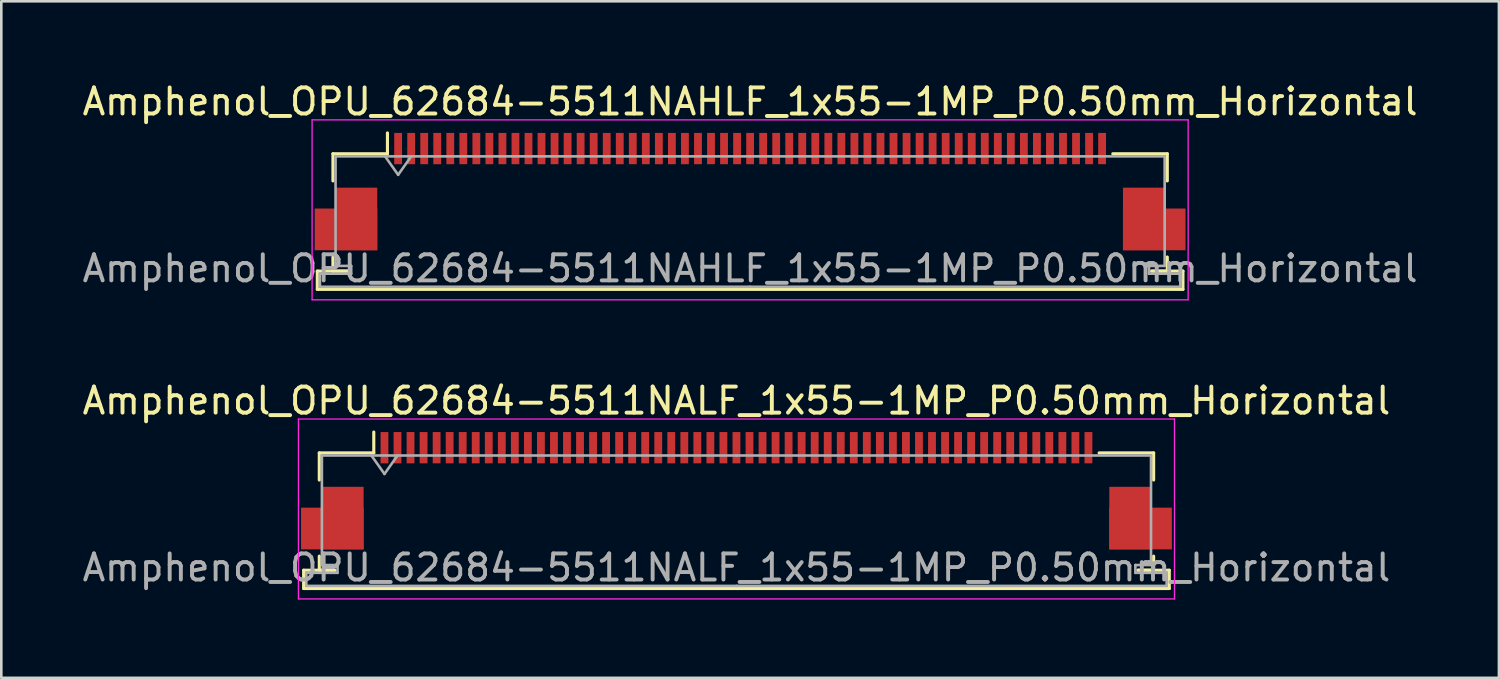
<source format=kicad_pcb>
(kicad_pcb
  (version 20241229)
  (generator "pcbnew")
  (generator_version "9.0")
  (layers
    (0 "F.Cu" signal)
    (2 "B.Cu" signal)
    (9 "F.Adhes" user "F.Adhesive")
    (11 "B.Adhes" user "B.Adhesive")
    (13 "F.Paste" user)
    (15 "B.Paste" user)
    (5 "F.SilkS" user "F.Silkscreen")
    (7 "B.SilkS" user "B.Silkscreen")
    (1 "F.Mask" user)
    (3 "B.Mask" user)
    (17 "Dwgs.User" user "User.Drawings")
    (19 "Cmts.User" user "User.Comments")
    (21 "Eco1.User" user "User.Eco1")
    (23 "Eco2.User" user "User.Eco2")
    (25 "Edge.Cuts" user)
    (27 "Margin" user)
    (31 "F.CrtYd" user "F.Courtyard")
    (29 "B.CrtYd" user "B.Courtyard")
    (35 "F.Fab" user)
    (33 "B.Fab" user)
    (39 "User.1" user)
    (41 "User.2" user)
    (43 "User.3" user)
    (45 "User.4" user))
  (footprint "Amphenol_OPU_62684-5511NAHLF_1x55-1MP_P0.50mm_Horizontal"
    (layer "F.Cu")
    (at 25.72 4.298)
    (property "Reference" "Amphenol_OPU_62684-5511NAHLF_1x55-1MP_P0.50mm_Horizontal" (at 0 -3.45 0) (layer "F.SilkS") (effects (font (size 1 1) (thickness 0.15))))
    (attr smd)
    (fp_line (start -16.6 3.05) (end -16.6 3.75) (stroke (width 0.12) (type solid)) (layer "F.SilkS"))
    (fp_line (start -16.6 3.75) (end 16.6 3.75) (stroke (width 0.12) (type solid)) (layer "F.SilkS"))
    (fp_line (start -16 -1.45) (end -16 -0.41) (stroke (width 0.12) (type solid)) (layer "F.SilkS"))
    (fp_line (start -16 2.51) (end -16 3.05) (stroke (width 0.12) (type solid)) (layer "F.SilkS"))
    (fp_line (start -16 3.05) (end -15.4 3.05) (stroke (width 0.12) (type solid)) (layer "F.SilkS"))
    (fp_line (start -15.4 3.05) (end -16.6 3.05) (stroke (width 0.12) (type solid)) (layer "F.SilkS"))
    (fp_line (start -13.91 -1.45) (end -16 -1.45) (stroke (width 0.12) (type solid)) (layer "F.SilkS"))
    (fp_line (start -13.91 -1.45) (end -13.91 -2.25) (stroke (width 0.12) (type solid)) (layer "F.SilkS"))
    (fp_line (start 13.91 -1.45) (end 16 -1.45) (stroke (width 0.12) (type solid)) (layer "F.SilkS"))
    (fp_line (start 15.4 3.05) (end 16 3.05) (stroke (width 0.12) (type solid)) (layer "F.SilkS"))
    (fp_line (start 16 -1.45) (end 16 -0.41) (stroke (width 0.12) (type solid)) (layer "F.SilkS"))
    (fp_line (start 16 3.05) (end 16 2.51) (stroke (width 0.12) (type solid)) (layer "F.SilkS"))
    (fp_line (start 16.6 3.05) (end 15.4 3.05) (stroke (width 0.12) (type solid)) (layer "F.SilkS"))
    (fp_line (start 16.6 3.75) (end 16.6 3.05) (stroke (width 0.12) (type solid)) (layer "F.SilkS"))
    (fp_line (start -16.8 -2.75) (end -16.8 4.15) (stroke (width 0.05) (type solid)) (layer "F.CrtYd"))
    (fp_line (start -16.8 4.15) (end 16.8 4.15) (stroke (width 0.05) (type solid)) (layer "F.CrtYd"))
    (fp_line (start 16.8 -2.75) (end -16.8 -2.75) (stroke (width 0.05) (type solid)) (layer "F.CrtYd"))
    (fp_line (start 16.8 4.15) (end 16.8 -2.75) (stroke (width 0.05) (type solid)) (layer "F.CrtYd"))
    (fp_line (start -16.5 3.15) (end -16.5 3.65) (stroke (width 0.1) (type solid)) (layer "F.Fab"))
    (fp_line (start -16.5 3.65) (end 0 3.65) (stroke (width 0.1) (type solid)) (layer "F.Fab"))
    (fp_line (start -15.9 -1.35) (end -15.9 2.85) (stroke (width 0.1) (type solid)) (layer "F.Fab"))
    (fp_line (start -15.9 2.85) (end -15.3 2.85) (stroke (width 0.1) (type solid)) (layer "F.Fab"))
    (fp_line (start -15.3 2.85) (end -15.3 3.15) (stroke (width 0.1) (type solid)) (layer "F.Fab"))
    (fp_line (start -15.3 3.15) (end -16.5 3.15) (stroke (width 0.1) (type solid)) (layer "F.Fab"))
    (fp_line (start -14 -1.35) (end -13.5 -0.643) (stroke (width 0.1) (type solid)) (layer "F.Fab"))
    (fp_line (start -13.5 -0.643) (end -13 -1.35) (stroke (width 0.1) (type solid)) (layer "F.Fab"))
    (fp_line (start 0 -1.35) (end -15.9 -1.35) (stroke (width 0.1) (type solid)) (layer "F.Fab"))
    (fp_line (start 0 -1.35) (end 15.9 -1.35) (stroke (width 0.1) (type solid)) (layer "F.Fab"))
    (fp_line (start 15.3 2.85) (end 15.3 3.15) (stroke (width 0.1) (type solid)) (layer "F.Fab"))
    (fp_line (start 15.3 3.15) (end 16.5 3.15) (stroke (width 0.1) (type solid)) (layer "F.Fab"))
    (fp_line (start 15.9 -1.35) (end 15.9 2.85) (stroke (width 0.1) (type solid)) (layer "F.Fab"))
    (fp_line (start 15.9 2.85) (end 15.3 2.85) (stroke (width 0.1) (type solid)) (layer "F.Fab"))
    (fp_line (start 16.5 3.15) (end 16.5 3.65) (stroke (width 0.1) (type solid)) (layer "F.Fab"))
    (fp_line (start 16.5 3.65) (end 0 3.65) (stroke (width 0.1) (type solid)) (layer "F.Fab"))
    (fp_text user "${REFERENCE}" (at 0 2.95 0) (layer "F.Fab") (effects (font (size 1 1) (thickness 0.15))))
    (pad "1" smd rect (at -13.5 -1.65) (size 0.3 1.2) (layers "F.Cu" "F.Mask" "F.Paste"))
    (pad "2" smd rect (at -13 -1.65) (size 0.3 1.2) (layers "F.Cu" "F.Mask" "F.Paste"))
    (pad "3" smd rect (at -12.5 -1.65) (size 0.3 1.2) (layers "F.Cu" "F.Mask" "F.Paste"))
    (pad "4" smd rect (at -12 -1.65) (size 0.3 1.2) (layers "F.Cu" "F.Mask" "F.Paste"))
    (pad "5" smd rect (at -11.5 -1.65) (size 0.3 1.2) (layers "F.Cu" "F.Mask" "F.Paste"))
    (pad "6" smd rect (at -11 -1.65) (size 0.3 1.2) (layers "F.Cu" "F.Mask" "F.Paste"))
    (pad "7" smd rect (at -10.5 -1.65) (size 0.3 1.2) (layers "F.Cu" "F.Mask" "F.Paste"))
    (pad "8" smd rect (at -10 -1.65) (size 0.3 1.2) (layers "F.Cu" "F.Mask" "F.Paste"))
    (pad "9" smd rect (at -9.5 -1.65) (size 0.3 1.2) (layers "F.Cu" "F.Mask" "F.Paste"))
    (pad "10" smd rect (at -9 -1.65) (size 0.3 1.2) (layers "F.Cu" "F.Mask" "F.Paste"))
    (pad "11" smd rect (at -8.5 -1.65) (size 0.3 1.2) (layers "F.Cu" "F.Mask" "F.Paste"))
    (pad "12" smd rect (at -8 -1.65) (size 0.3 1.2) (layers "F.Cu" "F.Mask" "F.Paste"))
    (pad "13" smd rect (at -7.5 -1.65) (size 0.3 1.2) (layers "F.Cu" "F.Mask" "F.Paste"))
    (pad "14" smd rect (at -7 -1.65) (size 0.3 1.2) (layers "F.Cu" "F.Mask" "F.Paste"))
    (pad "15" smd rect (at -6.5 -1.65) (size 0.3 1.2) (layers "F.Cu" "F.Mask" "F.Paste"))
    (pad "16" smd rect (at -6 -1.65) (size 0.3 1.2) (layers "F.Cu" "F.Mask" "F.Paste"))
    (pad "17" smd rect (at -5.5 -1.65) (size 0.3 1.2) (layers "F.Cu" "F.Mask" "F.Paste"))
    (pad "18" smd rect (at -5 -1.65) (size 0.3 1.2) (layers "F.Cu" "F.Mask" "F.Paste"))
    (pad "19" smd rect (at -4.5 -1.65) (size 0.3 1.2) (layers "F.Cu" "F.Mask" "F.Paste"))
    (pad "20" smd rect (at -4 -1.65) (size 0.3 1.2) (layers "F.Cu" "F.Mask" "F.Paste"))
    (pad "21" smd rect (at -3.5 -1.65) (size 0.3 1.2) (layers "F.Cu" "F.Mask" "F.Paste"))
    (pad "22" smd rect (at -3 -1.65) (size 0.3 1.2) (layers "F.Cu" "F.Mask" "F.Paste"))
    (pad "23" smd rect (at -2.5 -1.65) (size 0.3 1.2) (layers "F.Cu" "F.Mask" "F.Paste"))
    (pad "24" smd rect (at -2 -1.65) (size 0.3 1.2) (layers "F.Cu" "F.Mask" "F.Paste"))
    (pad "25" smd rect (at -1.5 -1.65) (size 0.3 1.2) (layers "F.Cu" "F.Mask" "F.Paste"))
    (pad "26" smd rect (at -1 -1.65) (size 0.3 1.2) (layers "F.Cu" "F.Mask" "F.Paste"))
    (pad "27" smd rect (at -0.5 -1.65) (size 0.3 1.2) (layers "F.Cu" "F.Mask" "F.Paste"))
    (pad "28" smd rect (at 0 -1.65) (size 0.3 1.2) (layers "F.Cu" "F.Mask" "F.Paste"))
    (pad "29" smd rect (at 0.5 -1.65) (size 0.3 1.2) (layers "F.Cu" "F.Mask" "F.Paste"))
    (pad "30" smd rect (at 1 -1.65) (size 0.3 1.2) (layers "F.Cu" "F.Mask" "F.Paste"))
    (pad "31" smd rect (at 1.5 -1.65) (size 0.3 1.2) (layers "F.Cu" "F.Mask" "F.Paste"))
    (pad "32" smd rect (at 2 -1.65) (size 0.3 1.2) (layers "F.Cu" "F.Mask" "F.Paste"))
    (pad "33" smd rect (at 2.5 -1.65) (size 0.3 1.2) (layers "F.Cu" "F.Mask" "F.Paste"))
    (pad "34" smd rect (at 3 -1.65) (size 0.3 1.2) (layers "F.Cu" "F.Mask" "F.Paste"))
    (pad "35" smd rect (at 3.5 -1.65) (size 0.3 1.2) (layers "F.Cu" "F.Mask" "F.Paste"))
    (pad "36" smd rect (at 4 -1.65) (size 0.3 1.2) (layers "F.Cu" "F.Mask" "F.Paste"))
    (pad "37" smd rect (at 4.5 -1.65) (size 0.3 1.2) (layers "F.Cu" "F.Mask" "F.Paste"))
    (pad "38" smd rect (at 5 -1.65) (size 0.3 1.2) (layers "F.Cu" "F.Mask" "F.Paste"))
    (pad "39" smd rect (at 5.5 -1.65) (size 0.3 1.2) (layers "F.Cu" "F.Mask" "F.Paste"))
    (pad "40" smd rect (at 6 -1.65) (size 0.3 1.2) (layers "F.Cu" "F.Mask" "F.Paste"))
    (pad "41" smd rect (at 6.5 -1.65) (size 0.3 1.2) (layers "F.Cu" "F.Mask" "F.Paste"))
    (pad "42" smd rect (at 7 -1.65) (size 0.3 1.2) (layers "F.Cu" "F.Mask" "F.Paste"))
    (pad "43" smd rect (at 7.5 -1.65) (size 0.3 1.2) (layers "F.Cu" "F.Mask" "F.Paste"))
    (pad "44" smd rect (at 8 -1.65) (size 0.3 1.2) (layers "F.Cu" "F.Mask" "F.Paste"))
    (pad "45" smd rect (at 8.5 -1.65) (size 0.3 1.2) (layers "F.Cu" "F.Mask" "F.Paste"))
    (pad "46" smd rect (at 9 -1.65) (size 0.3 1.2) (layers "F.Cu" "F.Mask" "F.Paste"))
    (pad "47" smd rect (at 9.5 -1.65) (size 0.3 1.2) (layers "F.Cu" "F.Mask" "F.Paste"))
    (pad "48" smd rect (at 10 -1.65) (size 0.3 1.2) (layers "F.Cu" "F.Mask" "F.Paste"))
    (pad "49" smd rect (at 10.5 -1.65) (size 0.3 1.2) (layers "F.Cu" "F.Mask" "F.Paste"))
    (pad "50" smd rect (at 11 -1.65) (size 0.3 1.2) (layers "F.Cu" "F.Mask" "F.Paste"))
    (pad "51" smd rect (at 11.5 -1.65) (size 0.3 1.2) (layers "F.Cu" "F.Mask" "F.Paste"))
    (pad "52" smd rect (at 12 -1.65) (size 0.3 1.2) (layers "F.Cu" "F.Mask" "F.Paste"))
    (pad "53" smd rect (at 12.5 -1.65) (size 0.3 1.2) (layers "F.Cu" "F.Mask" "F.Paste"))
    (pad "54" smd rect (at 13 -1.65) (size 0.3 1.2) (layers "F.Cu" "F.Mask" "F.Paste"))
    (pad "55" smd rect (at 13.5 -1.65) (size 0.3 1.2) (layers "F.Cu" "F.Mask" "F.Paste"))
    (pad "MP" smd rect (at -15.5 1.45) (size 2.4 1.6) (layers "F.Cu" "F.Mask" "F.Paste"))
    (pad "MP" smd rect (at -15.1 1.05) (size 1.6 2.4) (layers "F.Cu" "F.Mask" "F.Paste"))
    (pad "MP" smd rect (at 15.1 1.05) (size 1.6 2.4) (layers "F.Cu" "F.Mask" "F.Paste"))
    (pad "MP" smd rect (at 15.5 1.45) (size 2.4 1.6) (layers "F.Cu" "F.Mask" "F.Paste")))
  (footprint "Amphenol_OPU_62684-5511NALF_1x55-1MP_P0.50mm_Horizontal"
    (layer "F.Cu")
    (at 25.196 15.771)
    (property "Reference" "Amphenol_OPU_62684-5511NALF_1x55-1MP_P0.50mm_Horizontal" (at 0 -3.45 0) (layer "F.SilkS") (effects (font (size 1 1) (thickness 0.15))))
    (attr smd)
    (fp_line (start -16.6 3.05) (end -16.6 3.75) (stroke (width 0.12) (type solid)) (layer "F.SilkS"))
    (fp_line (start -16.6 3.75) (end 16.6 3.75) (stroke (width 0.12) (type solid)) (layer "F.SilkS"))
    (fp_line (start -16 -1.45) (end -16 -0.41) (stroke (width 0.12) (type solid)) (layer "F.SilkS"))
    (fp_line (start -16 2.51) (end -16 3.05) (stroke (width 0.12) (type solid)) (layer "F.SilkS"))
    (fp_line (start -16 3.05) (end -15.4 3.05) (stroke (width 0.12) (type solid)) (layer "F.SilkS"))
    (fp_line (start -15.4 3.05) (end -16.6 3.05) (stroke (width 0.12) (type solid)) (layer "F.SilkS"))
    (fp_line (start -13.91 -1.45) (end -16 -1.45) (stroke (width 0.12) (type solid)) (layer "F.SilkS"))
    (fp_line (start -13.91 -1.45) (end -13.91 -2.25) (stroke (width 0.12) (type solid)) (layer "F.SilkS"))
    (fp_line (start 13.91 -1.45) (end 16 -1.45) (stroke (width 0.12) (type solid)) (layer "F.SilkS"))
    (fp_line (start 15.4 3.05) (end 16 3.05) (stroke (width 0.12) (type solid)) (layer "F.SilkS"))
    (fp_line (start 16 -1.45) (end 16 -0.41) (stroke (width 0.12) (type solid)) (layer "F.SilkS"))
    (fp_line (start 16 3.05) (end 16 2.51) (stroke (width 0.12) (type solid)) (layer "F.SilkS"))
    (fp_line (start 16.6 3.05) (end 15.4 3.05) (stroke (width 0.12) (type solid)) (layer "F.SilkS"))
    (fp_line (start 16.6 3.75) (end 16.6 3.05) (stroke (width 0.12) (type solid)) (layer "F.SilkS"))
    (fp_line (start -16.8 -2.75) (end -16.8 4.15) (stroke (width 0.05) (type solid)) (layer "F.CrtYd"))
    (fp_line (start -16.8 4.15) (end 16.8 4.15) (stroke (width 0.05) (type solid)) (layer "F.CrtYd"))
    (fp_line (start 16.8 -2.75) (end -16.8 -2.75) (stroke (width 0.05) (type solid)) (layer "F.CrtYd"))
    (fp_line (start 16.8 4.15) (end 16.8 -2.75) (stroke (width 0.05) (type solid)) (layer "F.CrtYd"))
    (fp_line (start -16.5 3.15) (end -16.5 3.65) (stroke (width 0.1) (type solid)) (layer "F.Fab"))
    (fp_line (start -16.5 3.65) (end 0 3.65) (stroke (width 0.1) (type solid)) (layer "F.Fab"))
    (fp_line (start -15.9 -1.35) (end -15.9 2.85) (stroke (width 0.1) (type solid)) (layer "F.Fab"))
    (fp_line (start -15.9 2.85) (end -15.3 2.85) (stroke (width 0.1) (type solid)) (layer "F.Fab"))
    (fp_line (start -15.3 2.85) (end -15.3 3.15) (stroke (width 0.1) (type solid)) (layer "F.Fab"))
    (fp_line (start -15.3 3.15) (end -16.5 3.15) (stroke (width 0.1) (type solid)) (layer "F.Fab"))
    (fp_line (start -14 -1.35) (end -13.5 -0.643) (stroke (width 0.1) (type solid)) (layer "F.Fab"))
    (fp_line (start -13.5 -0.643) (end -13 -1.35) (stroke (width 0.1) (type solid)) (layer "F.Fab"))
    (fp_line (start 0 -1.35) (end -15.9 -1.35) (stroke (width 0.1) (type solid)) (layer "F.Fab"))
    (fp_line (start 0 -1.35) (end 15.9 -1.35) (stroke (width 0.1) (type solid)) (layer "F.Fab"))
    (fp_line (start 15.3 2.85) (end 15.3 3.15) (stroke (width 0.1) (type solid)) (layer "F.Fab"))
    (fp_line (start 15.3 3.15) (end 16.5 3.15) (stroke (width 0.1) (type solid)) (layer "F.Fab"))
    (fp_line (start 15.9 -1.35) (end 15.9 2.85) (stroke (width 0.1) (type solid)) (layer "F.Fab"))
    (fp_line (start 15.9 2.85) (end 15.3 2.85) (stroke (width 0.1) (type solid)) (layer "F.Fab"))
    (fp_line (start 16.5 3.15) (end 16.5 3.65) (stroke (width 0.1) (type solid)) (layer "F.Fab"))
    (fp_line (start 16.5 3.65) (end 0 3.65) (stroke (width 0.1) (type solid)) (layer "F.Fab"))
    (fp_text user "${REFERENCE}" (at 0 2.95 0) (layer "F.Fab") (effects (font (size 1 1) (thickness 0.15))))
    (pad "1" smd rect (at -13.5 -1.65) (size 0.3 1.2) (layers "F.Cu" "F.Mask" "F.Paste"))
    (pad "2" smd rect (at -13 -1.65) (size 0.3 1.2) (layers "F.Cu" "F.Mask" "F.Paste"))
    (pad "3" smd rect (at -12.5 -1.65) (size 0.3 1.2) (layers "F.Cu" "F.Mask" "F.Paste"))
    (pad "4" smd rect (at -12 -1.65) (size 0.3 1.2) (layers "F.Cu" "F.Mask" "F.Paste"))
    (pad "5" smd rect (at -11.5 -1.65) (size 0.3 1.2) (layers "F.Cu" "F.Mask" "F.Paste"))
    (pad "6" smd rect (at -11 -1.65) (size 0.3 1.2) (layers "F.Cu" "F.Mask" "F.Paste"))
    (pad "7" smd rect (at -10.5 -1.65) (size 0.3 1.2) (layers "F.Cu" "F.Mask" "F.Paste"))
    (pad "8" smd rect (at -10 -1.65) (size 0.3 1.2) (layers "F.Cu" "F.Mask" "F.Paste"))
    (pad "9" smd rect (at -9.5 -1.65) (size 0.3 1.2) (layers "F.Cu" "F.Mask" "F.Paste"))
    (pad "10" smd rect (at -9 -1.65) (size 0.3 1.2) (layers "F.Cu" "F.Mask" "F.Paste"))
    (pad "11" smd rect (at -8.5 -1.65) (size 0.3 1.2) (layers "F.Cu" "F.Mask" "F.Paste"))
    (pad "12" smd rect (at -8 -1.65) (size 0.3 1.2) (layers "F.Cu" "F.Mask" "F.Paste"))
    (pad "13" smd rect (at -7.5 -1.65) (size 0.3 1.2) (layers "F.Cu" "F.Mask" "F.Paste"))
    (pad "14" smd rect (at -7 -1.65) (size 0.3 1.2) (layers "F.Cu" "F.Mask" "F.Paste"))
    (pad "15" smd rect (at -6.5 -1.65) (size 0.3 1.2) (layers "F.Cu" "F.Mask" "F.Paste"))
    (pad "16" smd rect (at -6 -1.65) (size 0.3 1.2) (layers "F.Cu" "F.Mask" "F.Paste"))
    (pad "17" smd rect (at -5.5 -1.65) (size 0.3 1.2) (layers "F.Cu" "F.Mask" "F.Paste"))
    (pad "18" smd rect (at -5 -1.65) (size 0.3 1.2) (layers "F.Cu" "F.Mask" "F.Paste"))
    (pad "19" smd rect (at -4.5 -1.65) (size 0.3 1.2) (layers "F.Cu" "F.Mask" "F.Paste"))
    (pad "20" smd rect (at -4 -1.65) (size 0.3 1.2) (layers "F.Cu" "F.Mask" "F.Paste"))
    (pad "21" smd rect (at -3.5 -1.65) (size 0.3 1.2) (layers "F.Cu" "F.Mask" "F.Paste"))
    (pad "22" smd rect (at -3 -1.65) (size 0.3 1.2) (layers "F.Cu" "F.Mask" "F.Paste"))
    (pad "23" smd rect (at -2.5 -1.65) (size 0.3 1.2) (layers "F.Cu" "F.Mask" "F.Paste"))
    (pad "24" smd rect (at -2 -1.65) (size 0.3 1.2) (layers "F.Cu" "F.Mask" "F.Paste"))
    (pad "25" smd rect (at -1.5 -1.65) (size 0.3 1.2) (layers "F.Cu" "F.Mask" "F.Paste"))
    (pad "26" smd rect (at -1 -1.65) (size 0.3 1.2) (layers "F.Cu" "F.Mask" "F.Paste"))
    (pad "27" smd rect (at -0.5 -1.65) (size 0.3 1.2) (layers "F.Cu" "F.Mask" "F.Paste"))
    (pad "28" smd rect (at 0 -1.65) (size 0.3 1.2) (layers "F.Cu" "F.Mask" "F.Paste"))
    (pad "29" smd rect (at 0.5 -1.65) (size 0.3 1.2) (layers "F.Cu" "F.Mask" "F.Paste"))
    (pad "30" smd rect (at 1 -1.65) (size 0.3 1.2) (layers "F.Cu" "F.Mask" "F.Paste"))
    (pad "31" smd rect (at 1.5 -1.65) (size 0.3 1.2) (layers "F.Cu" "F.Mask" "F.Paste"))
    (pad "32" smd rect (at 2 -1.65) (size 0.3 1.2) (layers "F.Cu" "F.Mask" "F.Paste"))
    (pad "33" smd rect (at 2.5 -1.65) (size 0.3 1.2) (layers "F.Cu" "F.Mask" "F.Paste"))
    (pad "34" smd rect (at 3 -1.65) (size 0.3 1.2) (layers "F.Cu" "F.Mask" "F.Paste"))
    (pad "35" smd rect (at 3.5 -1.65) (size 0.3 1.2) (layers "F.Cu" "F.Mask" "F.Paste"))
    (pad "36" smd rect (at 4 -1.65) (size 0.3 1.2) (layers "F.Cu" "F.Mask" "F.Paste"))
    (pad "37" smd rect (at 4.5 -1.65) (size 0.3 1.2) (layers "F.Cu" "F.Mask" "F.Paste"))
    (pad "38" smd rect (at 5 -1.65) (size 0.3 1.2) (layers "F.Cu" "F.Mask" "F.Paste"))
    (pad "39" smd rect (at 5.5 -1.65) (size 0.3 1.2) (layers "F.Cu" "F.Mask" "F.Paste"))
    (pad "40" smd rect (at 6 -1.65) (size 0.3 1.2) (layers "F.Cu" "F.Mask" "F.Paste"))
    (pad "41" smd rect (at 6.5 -1.65) (size 0.3 1.2) (layers "F.Cu" "F.Mask" "F.Paste"))
    (pad "42" smd rect (at 7 -1.65) (size 0.3 1.2) (layers "F.Cu" "F.Mask" "F.Paste"))
    (pad "43" smd rect (at 7.5 -1.65) (size 0.3 1.2) (layers "F.Cu" "F.Mask" "F.Paste"))
    (pad "44" smd rect (at 8 -1.65) (size 0.3 1.2) (layers "F.Cu" "F.Mask" "F.Paste"))
    (pad "45" smd rect (at 8.5 -1.65) (size 0.3 1.2) (layers "F.Cu" "F.Mask" "F.Paste"))
    (pad "46" smd rect (at 9 -1.65) (size 0.3 1.2) (layers "F.Cu" "F.Mask" "F.Paste"))
    (pad "47" smd rect (at 9.5 -1.65) (size 0.3 1.2) (layers "F.Cu" "F.Mask" "F.Paste"))
    (pad "48" smd rect (at 10 -1.65) (size 0.3 1.2) (layers "F.Cu" "F.Mask" "F.Paste"))
    (pad "49" smd rect (at 10.5 -1.65) (size 0.3 1.2) (layers "F.Cu" "F.Mask" "F.Paste"))
    (pad "50" smd rect (at 11 -1.65) (size 0.3 1.2) (layers "F.Cu" "F.Mask" "F.Paste"))
    (pad "51" smd rect (at 11.5 -1.65) (size 0.3 1.2) (layers "F.Cu" "F.Mask" "F.Paste"))
    (pad "52" smd rect (at 12 -1.65) (size 0.3 1.2) (layers "F.Cu" "F.Mask" "F.Paste"))
    (pad "53" smd rect (at 12.5 -1.65) (size 0.3 1.2) (layers "F.Cu" "F.Mask" "F.Paste"))
    (pad "54" smd rect (at 13 -1.65) (size 0.3 1.2) (layers "F.Cu" "F.Mask" "F.Paste"))
    (pad "55" smd rect (at 13.5 -1.65) (size 0.3 1.2) (layers "F.Cu" "F.Mask" "F.Paste"))
    (pad "MP" smd rect (at -15.5 1.45) (size 2.4 1.6) (layers "F.Cu" "F.Mask" "F.Paste"))
    (pad "MP" smd rect (at -15.1 1.05) (size 1.6 2.4) (layers "F.Cu" "F.Mask" "F.Paste"))
    (pad "MP" smd rect (at 15.1 1.05) (size 1.6 2.4) (layers "F.Cu" "F.Mask" "F.Paste"))
    (pad "MP" smd rect (at 15.5 1.45) (size 2.4 1.6) (layers "F.Cu" "F.Mask" "F.Paste")))
  (gr_rect
    (start -3 -3)
    (end 54.44 22.947)
    (stroke (width 0.1) (type default))
    (fill no)
    (layer "Edge.Cuts")))
</source>
